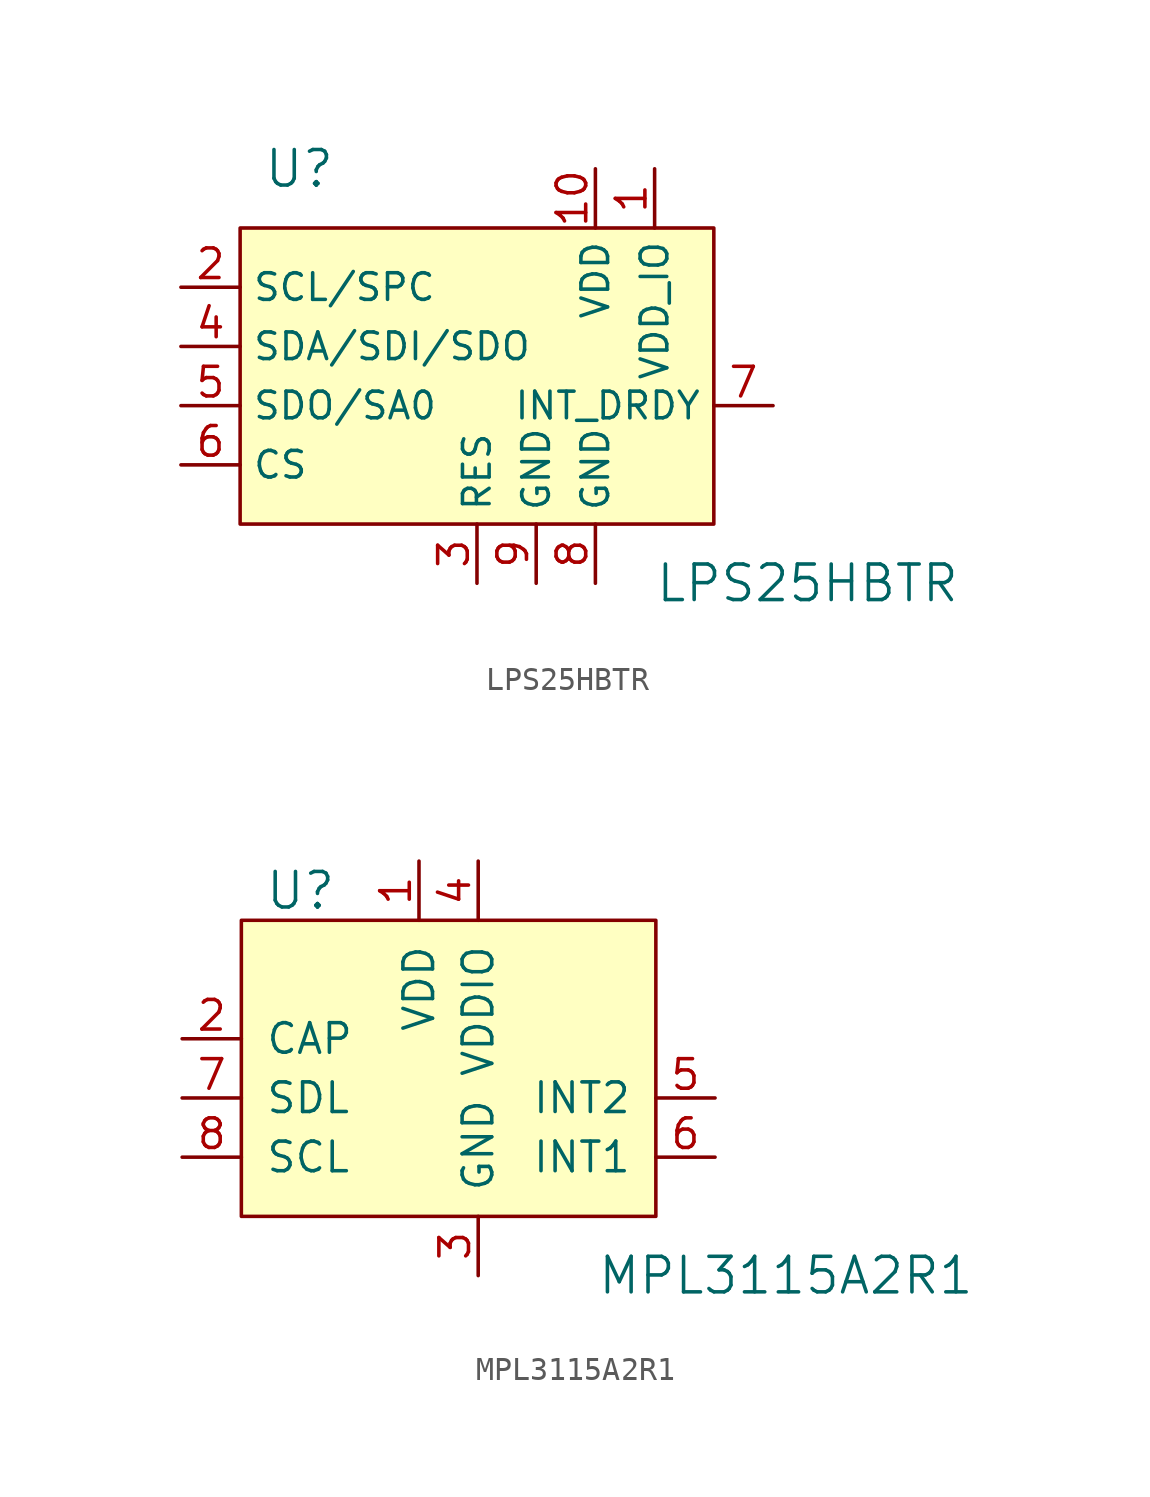
<source format=kicad_sym>
(kicad_symbol_lib
  (version 20211014)
  (generator kicad_symbol_editor)
  (symbol "LPS25HBTR"
    (property "Reference" "U"
      (at -7.62 7.62 0)
      (effects (font (size 1.524 1.524))))
    (property "Value" "LPS25HBTR"
      (at 7.62 -10.16 0)
      (effects (font (size 1.524 1.524)) (justify left)))
    (symbol "LPS25HBTR_0_1"
      (rectangle (start -10.16 5.08) (end 10.16 -7.62) (stroke (width 0) (type default) (color 0 0 0 0)) (fill (type background))))
    (symbol "LPS25HBTR_1_1"
      (pin power_in line (at 7.62 7.62 270) (length 2.54) (name "VDD_IO" (effects (font (size 1.143 1.143)))) (number "1" (effects (font (size 1.27 1.27)))))
      (pin power_in line (at 5.08 7.62 270) (length 2.54) (name "VDD" (effects (font (size 1.143 1.143)))) (number "10" (effects (font (size 1.27 1.27)))))
      (pin input line (at -12.7 2.54 0) (length 2.54) (name "SCL/SPC" (effects (font (size 1.143 1.143)))) (number "2" (effects (font (size 1.27 1.27)))))
      (pin passive line (at 0 -10.16 90) (length 2.54) (name "RES" (effects (font (size 1.143 1.143)))) (number "3" (effects (font (size 1.27 1.27)))))
      (pin bidirectional line (at -12.7 0 0) (length 2.54) (name "SDA/SDI/SDO" (effects (font (size 1.143 1.143)))) (number "4" (effects (font (size 1.27 1.27)))))
      (pin bidirectional line (at -12.7 -2.54 0) (length 2.54) (name "SDO/SA0" (effects (font (size 1.143 1.143)))) (number "5" (effects (font (size 1.27 1.27)))))
      (pin input line (at -12.7 -5.08 0) (length 2.54) (name "CS" (effects (font (size 1.143 1.143)))) (number "6" (effects (font (size 1.27 1.27)))))
      (pin output line (at 12.7 -2.54 180) (length 2.54) (name "INT_DRDY" (effects (font (size 1.143 1.143)))) (number "7" (effects (font (size 1.27 1.27)))))
      (pin power_in line (at 5.08 -10.16 90) (length 2.54) (name "GND" (effects (font (size 1.143 1.143)))) (number "8" (effects (font (size 1.27 1.27)))))
      (pin power_in line (at 2.54 -10.16 90) (length 2.54) (name "GND" (effects (font (size 1.143 1.143)))) (number "9" (effects (font (size 1.27 1.27)))))))
  (symbol "MPL3115A2R1"
    (pin_names
      (offset 1.016))
    (property "Reference" "U"
      (at -5.08 8.89 0)
      (effects (font (size 1.524 1.524))))
    (property "Value" "MPL3115A2R1"
      (at 7.62 -7.62 0)
      (effects (font (size 1.524 1.524)) (justify left)))
    (symbol "MPL3115A2R1_0_1"
      (rectangle (start -7.62 7.62) (end 10.16 -5.08) (stroke (width 0) (type default) (color 0 0 0 0)) (fill (type background))))
    (symbol "MPL3115A2R1_1_1"
      (pin power_in line (at 0 10.16 270) (length 2.54) (name "VDD" (effects (font (size 1.27 1.27)))) (number "1" (effects (font (size 1.27 1.27)))))
      (pin passive line (at -10.16 2.54 0) (length 2.54) (name "CAP" (effects (font (size 1.27 1.27)))) (number "2" (effects (font (size 1.27 1.27)))))
      (pin power_in line (at 2.54 -7.62 90) (length 2.54) (name "GND" (effects (font (size 1.27 1.27)))) (number "3" (effects (font (size 1.27 1.27)))))
      (pin power_in line (at 2.54 10.16 270) (length 2.54) (name "VDDIO" (effects (font (size 1.27 1.27)))) (number "4" (effects (font (size 1.27 1.27)))))
      (pin output line (at 12.7 0 180) (length 2.54) (name "INT2" (effects (font (size 1.27 1.27)))) (number "5" (effects (font (size 1.27 1.27)))))
      (pin output line (at 12.7 -2.54 180) (length 2.54) (name "INT1" (effects (font (size 1.27 1.27)))) (number "6" (effects (font (size 1.27 1.27)))))
      (pin bidirectional line (at -10.16 0 0) (length 2.54) (name "SDL" (effects (font (size 1.27 1.27)))) (number "7" (effects (font (size 1.27 1.27)))))
      (pin input line (at -10.16 -2.54 0) (length 2.54) (name "SCL" (effects (font (size 1.27 1.27)))) (number "8" (effects (font (size 1.27 1.27))))))))
</source>
